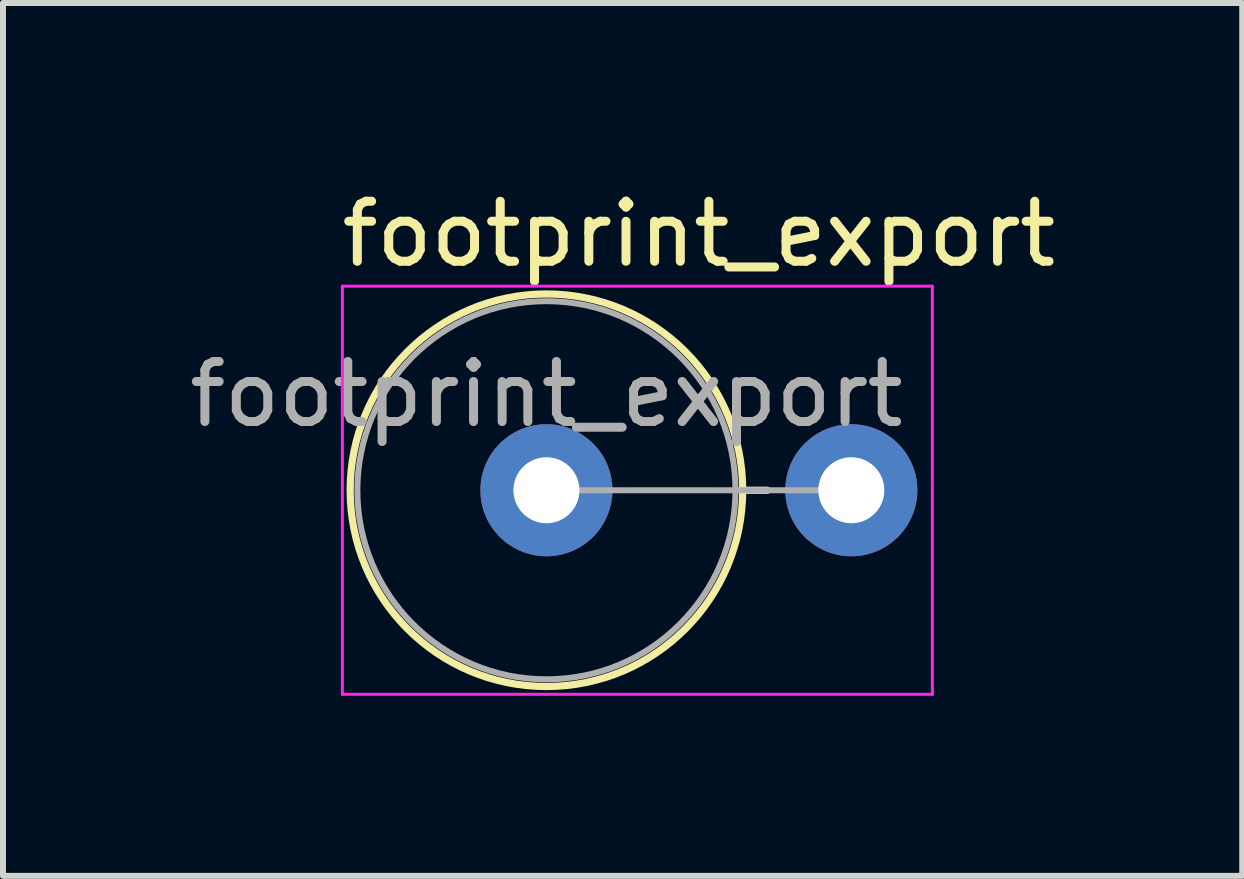
<source format=kicad_pcb>
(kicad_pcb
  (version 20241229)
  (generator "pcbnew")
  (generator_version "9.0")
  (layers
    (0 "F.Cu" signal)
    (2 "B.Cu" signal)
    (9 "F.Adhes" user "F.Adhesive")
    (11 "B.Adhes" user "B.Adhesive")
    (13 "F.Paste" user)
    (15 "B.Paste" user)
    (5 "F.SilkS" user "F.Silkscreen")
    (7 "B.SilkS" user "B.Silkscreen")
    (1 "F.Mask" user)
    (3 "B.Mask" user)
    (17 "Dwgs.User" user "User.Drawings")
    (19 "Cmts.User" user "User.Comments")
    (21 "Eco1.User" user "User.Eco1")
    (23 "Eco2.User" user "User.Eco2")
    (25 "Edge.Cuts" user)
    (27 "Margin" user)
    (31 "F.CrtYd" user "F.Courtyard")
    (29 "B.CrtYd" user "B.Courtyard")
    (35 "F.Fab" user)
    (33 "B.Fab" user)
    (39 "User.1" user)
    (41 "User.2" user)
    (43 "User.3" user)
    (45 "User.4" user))
  (footprint "footprint_export"
    (layer "F.Cu")
    (at 6.054 5.118)
    (property "Reference" "footprint_export" (at 2.54 -4.27 0) (layer "F.SilkS") (effects (font (size 1 1) (thickness 0.15))))
    (attr through_hole)
    (fp_line (start 3.27 0) (end 3.68 0) (stroke (width 0.12) (type solid)) (layer "F.SilkS"))
    (fp_circle (center 0 0) (end 3.27 0) (stroke (width 0.12) (type solid)) (fill no) (layer "F.SilkS"))
    (fp_line (start -3.4 -3.4) (end -3.4 3.4) (stroke (width 0.05) (type solid)) (layer "F.CrtYd"))
    (fp_line (start -3.4 3.4) (end 6.43 3.4) (stroke (width 0.05) (type solid)) (layer "F.CrtYd"))
    (fp_line (start 6.43 -3.4) (end -3.4 -3.4) (stroke (width 0.05) (type solid)) (layer "F.CrtYd"))
    (fp_line (start 6.43 3.4) (end 6.43 -3.4) (stroke (width 0.05) (type solid)) (layer "F.CrtYd"))
    (fp_line (start 0 0) (end 5.08 0) (stroke (width 0.1) (type solid)) (layer "F.Fab"))
    (fp_circle (center 0 0) (end 3.15 0) (stroke (width 0.1) (type solid)) (fill no) (layer "F.Fab"))
    (fp_text user "${REFERENCE}" (at 0 -1.6 0) (layer "F.Fab") (effects (font (size 1 1) (thickness 0.15))))
    (pad "1" thru_hole circle (at 0 0) (size 2.2 2.2) (drill 1.1) (layers "*.Cu" "*.Mask"))
    (pad "2" thru_hole oval (at 5.08 0) (size 2.2 2.2) (drill 1.1) (layers "*.Cu" "*.Mask")))
  (gr_rect
    (start -3 -3)
    (end 17.647 11.543)
    (stroke (width 0.1) (type default))
    (fill no)
    (layer "Edge.Cuts")))
</source>
